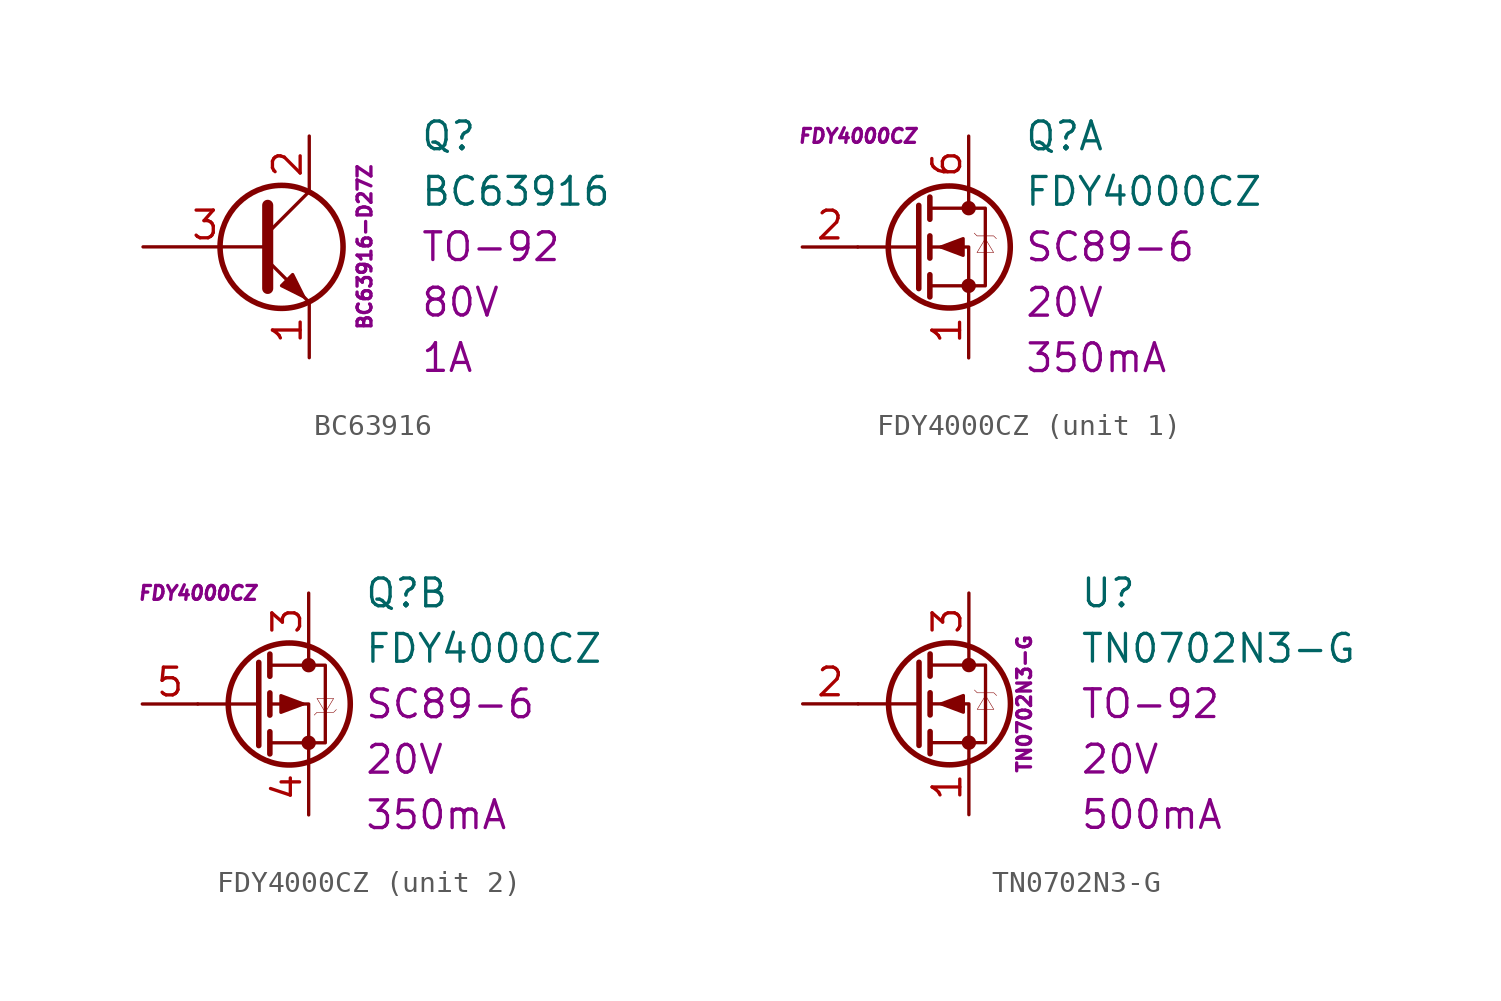
<source format=kicad_sym>
(kicad_symbol_lib
  (version 20231120)
  (generator "kicad_symbol_editor")
  (generator_version "8.0")
  (symbol "BC63916"
    (pin_names
      (offset 0) hide)
    (property "Reference" "Q"
      (at 7.62 5.08 0)
      (effects (font (size 1.27 1.27)) (justify left)))
    (property "Value" "BC63916"
      (at 7.62 2.54 0)
      (effects (font (size 1.27 1.27)) (justify left)))
    (property "Package" "TO-92"
      (at 7.62 0 0)
      (effects (font (size 1.27 1.27)) (justify left)))
    (property "Voltage" "80V"
      (at 7.62 -2.54 0)
      (effects (font (size 1.27 1.27)) (justify left)))
    (property "Current" "1A"
      (at 7.62 -5.08 0)
      (effects (font (size 1.27 1.27)) (justify left)))
    (property "ID" "BC63916-D27Z"
      (at 5.08 0 90)
      (effects (font (size 0.635 0.635))))
    (symbol "BC63916_0_1"
      (polyline (pts (xy 0.635 0.635) (xy 2.54 2.54)) (stroke (width 0) (type default)) (fill (type none)))
      (polyline (pts (xy 0.635 -0.635) (xy 2.54 -2.54) (xy 2.54 -2.54)) (stroke (width 0) (type default)) (fill (type none)))
      (polyline (pts (xy 0.635 1.905) (xy 0.635 -1.905) (xy 0.635 -1.905)) (stroke (width 0.508) (type default)) (fill (type none)))
      (polyline (pts (xy 1.27 -1.778) (xy 1.778 -1.27) (xy 2.286 -2.286) (xy 1.27 -1.778) (xy 1.27 -1.778)) (stroke (width 0) (type default)) (fill (type outline)))
      (circle (center 1.27 0) (radius 2.819) (stroke (width 0.254) (type default)) (fill (type none))))
    (symbol "BC63916_1_1"
      (pin passive line (at 2.54 -5.08 90) (length 2.54) (name "E" (effects (font (size 1.27 1.27)))) (number "1" (effects (font (size 1.27 1.27)))))
      (pin passive line (at 2.54 5.08 270) (length 2.54) (name "C" (effects (font (size 1.27 1.27)))) (number "2" (effects (font (size 1.27 1.27)))))
      (pin passive line (at -5.08 0 0) (length 5.715) (name "B" (effects (font (size 1.27 1.27)))) (number "3" (effects (font (size 1.27 1.27)))))))
  (symbol "FDY4000CZ"
    (pin_names hide)
    (property "Reference" "Q"
      (at 5.08 5.08 0)
      (effects (font (size 1.27 1.27)) (justify left)))
    (property "Value" "FDY4000CZ"
      (at 5.08 2.54 0)
      (effects (font (size 1.27 1.27)) (justify left)))
    (property "ID" "FDY4000CZ"
      (at -2.54 5.08 0)
      (effects (font (size 0.635 0.635) (italic yes))))
    (property "Package" "SC89-6"
      (at 5.08 0 0)
      (effects (font (size 1.27 1.27)) (justify left)))
    (property "Voltage" "20V"
      (at 5.08 -2.54 0)
      (effects (font (size 1.27 1.27)) (justify left)))
    (property "Current" "350mA"
      (at 5.08 -5.08 0)
      (effects (font (size 1.27 1.27)) (justify left)))
    (symbol "FDY4000CZ_0_1"
      (polyline (pts (xy 0.254 0) (xy -2.54 0)) (stroke (width 0) (type default)) (fill (type none)))
      (polyline (pts (xy 0.254 1.905) (xy 0.254 -1.905)) (stroke (width 0.254) (type default)) (fill (type none)))
      (polyline (pts (xy 0.762 -1.27) (xy 0.762 -2.286)) (stroke (width 0.254) (type default)) (fill (type none)))
      (polyline (pts (xy 0.762 0.508) (xy 0.762 -0.508)) (stroke (width 0.254) (type default)) (fill (type none)))
      (polyline (pts (xy 0.762 2.286) (xy 0.762 1.27)) (stroke (width 0.254) (type default)) (fill (type none)))
      (polyline (pts (xy 2.54 2.54) (xy 2.54 1.778)) (stroke (width 0) (type default)) (fill (type none)))
      (polyline (pts (xy 2.54 -2.54) (xy 2.54 0) (xy 0.762 0)) (stroke (width 0) (type default)) (fill (type none)))
      (polyline (pts (xy 0.762 1.778) (xy 3.302 1.778) (xy 3.302 -1.778) (xy 0.762 -1.778)) (stroke (width 0) (type default)) (fill (type none)))
      (circle (center 1.651 0) (radius 2.794) (stroke (width 0.254) (type default)) (fill (type none)))
      (circle (center 2.54 -1.778) (radius 0.254) (stroke (width 0) (type default)) (fill (type outline)))
      (circle (center 2.54 1.778) (radius 0.254) (stroke (width 0) (type default)) (fill (type outline))))
    (symbol "FDY4000CZ_1_1"
      (polyline (pts (xy 1.27 0) (xy 2.286 0.381) (xy 2.286 -0.381) (xy 1.27 0)) (stroke (width 0) (type default)) (fill (type outline)))
      (polyline (pts (xy 2.794 0.635) (xy 2.921 0.508) (xy 3.683 0.508) (xy 3.81 0.381)) (stroke (width 0.025) (type default)) (fill (type none)))
      (polyline (pts (xy 3.302 0.381) (xy 2.921 -0.254) (xy 3.683 -0.254) (xy 3.302 0.381)) (stroke (width 0.025) (type default)) (fill (type none)))
      (pin passive line (at 2.54 -5.08 90) (length 2.54) (name "S" (effects (font (size 1.27 1.27)))) (number "1" (effects (font (size 1.27 1.27)))))
      (pin input line (at -5.08 0 0) (length 2.54) (name "G" (effects (font (size 1.27 1.27)))) (number "2" (effects (font (size 1.27 1.27)))))
      (pin passive line (at 2.54 5.08 270) (length 2.54) (name "D" (effects (font (size 1.27 1.27)))) (number "6" (effects (font (size 1.27 1.27))))))
    (symbol "FDY4000CZ_2_1"
      (polyline (pts (xy 2.286 0) (xy 1.27 0.381) (xy 1.27 -0.381) (xy 2.286 0)) (stroke (width 0) (type default)) (fill (type outline)))
      (polyline (pts (xy 2.794 -0.508) (xy 2.921 -0.381) (xy 3.683 -0.381) (xy 3.81 -0.254)) (stroke (width 0.025) (type default)) (fill (type none)))
      (polyline (pts (xy 3.302 -0.381) (xy 2.921 0.254) (xy 3.683 0.254) (xy 3.302 -0.381)) (stroke (width 0.025) (type default)) (fill (type none)))
      (pin passive line (at 2.54 5.08 270) (length 2.54) (name "D" (effects (font (size 1.27 1.27)))) (number "3" (effects (font (size 1.27 1.27)))))
      (pin passive line (at 2.54 -5.08 90) (length 2.54) (name "S" (effects (font (size 1.27 1.27)))) (number "4" (effects (font (size 1.27 1.27)))))
      (pin input line (at -5.08 0 0) (length 2.54) (name "G" (effects (font (size 1.27 1.27)))) (number "5" (effects (font (size 1.27 1.27)))))))
  (symbol "TN0702N3-G"
    (pin_names hide)
    (property "Reference" "U"
      (at 5.08 5.08 0)
      (effects (font (size 1.27 1.27)) (justify left)))
    (property "Value" "TN0702N3-G"
      (at 5.08 2.54 0)
      (effects (font (size 1.27 1.27)) (justify left)))
    (property "Package" "TO-92"
      (at 5.08 0 0)
      (effects (font (size 1.27 1.27)) (justify left)))
    (property "ID" "TN0702N3-G"
      (at 2.54 0 90)
      (effects (font (size 0.635 0.635))))
    (property "Voltage" "20V"
      (at 5.08 -2.54 0)
      (effects (font (size 1.27 1.27)) (justify left)))
    (property "Current" "500mA"
      (at 5.08 -5.08 0)
      (effects (font (size 1.27 1.27)) (justify left)))
    (symbol "TN0702N3-G_0_1"
      (circle (center -0.889 0) (radius 2.794) (stroke (width 0.254) (type default)) (fill (type none)))
      (circle (center 0 -1.778) (radius 0.254) (stroke (width 0) (type default)) (fill (type outline)))
      (polyline (pts (xy -2.286 0) (xy -5.08 0)) (stroke (width 0) (type default)) (fill (type none)))
      (polyline (pts (xy -2.286 1.905) (xy -2.286 -1.905)) (stroke (width 0.254) (type default)) (fill (type none)))
      (polyline (pts (xy -1.778 -1.27) (xy -1.778 -2.286)) (stroke (width 0.254) (type default)) (fill (type none)))
      (polyline (pts (xy -1.778 0.508) (xy -1.778 -0.508)) (stroke (width 0.254) (type default)) (fill (type none)))
      (polyline (pts (xy -1.778 2.286) (xy -1.778 1.27)) (stroke (width 0.254) (type default)) (fill (type none)))
      (polyline (pts (xy 0 2.54) (xy 0 1.778)) (stroke (width 0) (type default)) (fill (type none)))
      (polyline (pts (xy 0 -2.54) (xy 0 0) (xy -1.778 0)) (stroke (width 0) (type default)) (fill (type none)))
      (polyline (pts (xy -1.778 1.778) (xy 0.762 1.778) (xy 0.762 -1.778) (xy -1.778 -1.778)) (stroke (width 0) (type default)) (fill (type none)))
      (circle (center 0 1.778) (radius 0.254) (stroke (width 0) (type default)) (fill (type outline))))
    (symbol "TN0702N3-G_1_1"
      (polyline (pts (xy -1.27 0) (xy -0.254 0.381) (xy -0.254 -0.381) (xy -1.27 0)) (stroke (width 0) (type default)) (fill (type outline)))
      (polyline (pts (xy 0.254 0.635) (xy 0.381 0.508) (xy 1.143 0.508) (xy 1.27 0.381)) (stroke (width 0.025) (type default)) (fill (type none)))
      (polyline (pts (xy 0.762 0.381) (xy 0.381 -0.254) (xy 1.143 -0.254) (xy 0.762 0.381)) (stroke (width 0.025) (type default)) (fill (type none)))
      (pin passive line (at 0 -5.08 90) (length 2.54) (name "S" (effects (font (size 1.27 1.27)))) (number "1" (effects (font (size 1.27 1.27)))))
      (pin input line (at -7.62 0 0) (length 2.54) (name "G" (effects (font (size 1.27 1.27)))) (number "2" (effects (font (size 1.27 1.27)))))
      (pin passive line (at 0 5.08 270) (length 2.54) (name "D" (effects (font (size 1.27 1.27)))) (number "3" (effects (font (size 1.27 1.27))))))))
</source>
